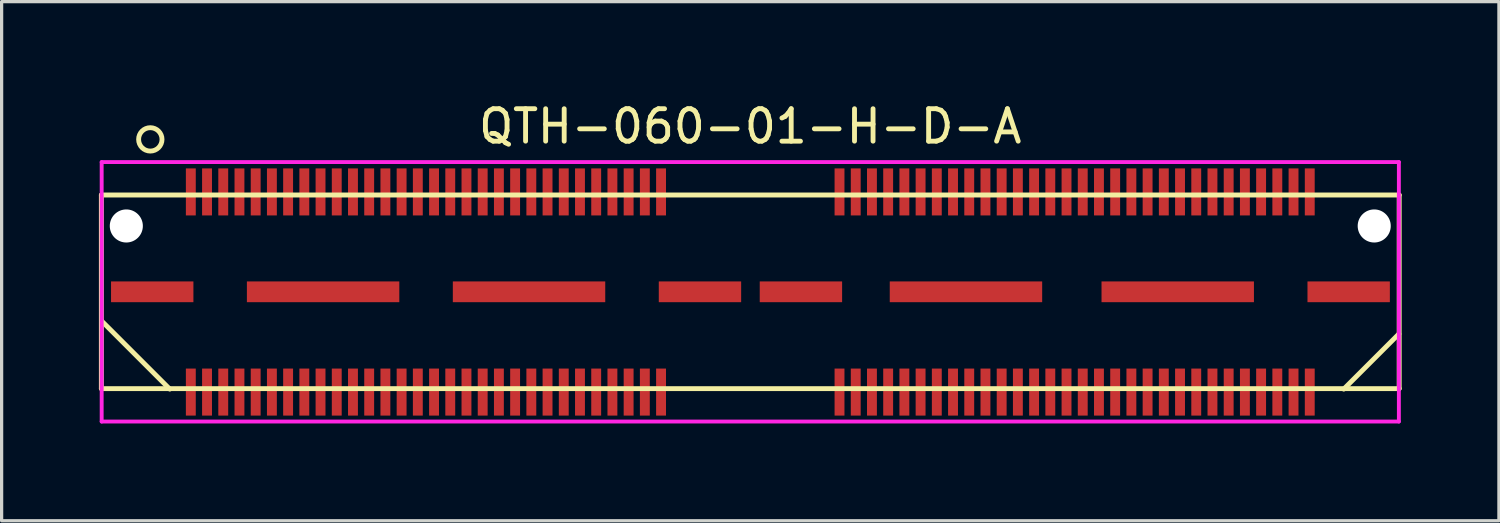
<source format=kicad_pcb>
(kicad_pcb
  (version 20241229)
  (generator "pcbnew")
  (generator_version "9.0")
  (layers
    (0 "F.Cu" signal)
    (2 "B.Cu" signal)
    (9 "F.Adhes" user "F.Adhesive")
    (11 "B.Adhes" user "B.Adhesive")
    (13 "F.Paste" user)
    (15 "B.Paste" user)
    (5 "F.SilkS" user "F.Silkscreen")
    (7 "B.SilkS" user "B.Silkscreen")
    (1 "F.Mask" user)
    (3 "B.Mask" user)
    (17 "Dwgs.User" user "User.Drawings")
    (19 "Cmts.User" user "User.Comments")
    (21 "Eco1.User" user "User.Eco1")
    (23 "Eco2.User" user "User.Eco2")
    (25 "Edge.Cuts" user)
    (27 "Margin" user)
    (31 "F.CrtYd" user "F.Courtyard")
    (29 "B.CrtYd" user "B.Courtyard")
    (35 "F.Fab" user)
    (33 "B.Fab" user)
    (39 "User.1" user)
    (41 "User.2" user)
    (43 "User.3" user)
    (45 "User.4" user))
  (footprint "QTH-060-01-H-D-A"
    (layer "F.Cu")
    (at 20.085 5.948)
    (property "Reference" "QTH-060-01-H-D-A" (at 0 -5.1 0) (layer "F.SilkS") (effects (font (size 1 1) (thickness 0.15))))
    (attr smd)
    (fp_line (start -20.01 -2.985) (end -20.01 2.985) (stroke (width 0.15) (type solid)) (layer "F.SilkS"))
    (fp_line (start -20.01 2.985) (end 20.01 2.985) (stroke (width 0.15) (type solid)) (layer "F.SilkS"))
    (fp_line (start -20 0.9) (end -17.9 3) (stroke (width 0.15) (type solid)) (layer "F.SilkS"))
    (fp_line (start 20 1.3) (end 18.3 3) (stroke (width 0.15) (type solid)) (layer "F.SilkS"))
    (fp_line (start 20.01 -2.985) (end -20.01 -2.985) (stroke (width 0.15) (type solid)) (layer "F.SilkS"))
    (fp_line (start 20.01 2.985) (end 20.01 -2.985) (stroke (width 0.15) (type solid)) (layer "F.SilkS"))
    (fp_circle (center -18.5 -4.7) (end -18.3 -4.4) (stroke (width 0.15) (type solid)) (fill no) (layer "F.SilkS"))
    (fp_line (start -20 -4) (end 20 -4) (stroke (width 0.12) (type solid)) (layer "F.CrtYd"))
    (fp_line (start -20 4) (end -20 -4) (stroke (width 0.12) (type solid)) (layer "F.CrtYd"))
    (fp_line (start 20 -4) (end 20 4) (stroke (width 0.12) (type solid)) (layer "F.CrtYd"))
    (fp_line (start 20 4) (end -20 4) (stroke (width 0.12) (type solid)) (layer "F.CrtYd"))
    (pad "" np_thru_hole circle (at -19.24 -2.03) (size 1.02 1.02) (drill 1.02) (layers "*.Cu" "*.Mask"))
    (pad "" np_thru_hole circle (at 19.24 -2.03) (size 1.02 1.02) (drill 1.02) (layers "*.Cu" "*.Mask"))
    (pad "1" smd rect (at -17.251 -3.08) (size 0.305 1.45) (layers "F.Cu" "F.Mask" "F.Paste"))
    (pad "2" smd rect (at -17.251 3.092) (size 0.305 1.45) (layers "F.Cu" "F.Mask" "F.Paste"))
    (pad "3" smd rect (at -16.751 -3.08) (size 0.305 1.45) (layers "F.Cu" "F.Mask" "F.Paste"))
    (pad "4" smd rect (at -16.751 3.092) (size 0.305 1.45) (layers "F.Cu" "F.Mask" "F.Paste"))
    (pad "5" smd rect (at -16.251 -3.08) (size 0.305 1.45) (layers "F.Cu" "F.Mask" "F.Paste"))
    (pad "6" smd rect (at -16.251 3.092) (size 0.305 1.45) (layers "F.Cu" "F.Mask" "F.Paste"))
    (pad "7" smd rect (at -15.751 -3.08) (size 0.305 1.45) (layers "F.Cu" "F.Mask" "F.Paste"))
    (pad "8" smd rect (at -15.751 3.092) (size 0.305 1.45) (layers "F.Cu" "F.Mask" "F.Paste"))
    (pad "9" smd rect (at -15.251 -3.08) (size 0.305 1.45) (layers "F.Cu" "F.Mask" "F.Paste"))
    (pad "10" smd rect (at -15.251 3.092) (size 0.305 1.45) (layers "F.Cu" "F.Mask" "F.Paste"))
    (pad "11" smd rect (at -14.751 -3.08) (size 0.305 1.45) (layers "F.Cu" "F.Mask" "F.Paste"))
    (pad "12" smd rect (at -14.751 3.092) (size 0.305 1.45) (layers "F.Cu" "F.Mask" "F.Paste"))
    (pad "13" smd rect (at -14.251 -3.08) (size 0.305 1.45) (layers "F.Cu" "F.Mask" "F.Paste"))
    (pad "14" smd rect (at -14.251 3.092) (size 0.305 1.45) (layers "F.Cu" "F.Mask" "F.Paste"))
    (pad "15" smd rect (at -13.751 -3.08) (size 0.305 1.45) (layers "F.Cu" "F.Mask" "F.Paste"))
    (pad "16" smd rect (at -13.751 3.092) (size 0.305 1.45) (layers "F.Cu" "F.Mask" "F.Paste"))
    (pad "17" smd rect (at -13.251 -3.08) (size 0.305 1.45) (layers "F.Cu" "F.Mask" "F.Paste"))
    (pad "18" smd rect (at -13.251 3.092) (size 0.305 1.45) (layers "F.Cu" "F.Mask" "F.Paste"))
    (pad "19" smd rect (at -12.751 -3.08) (size 0.305 1.45) (layers "F.Cu" "F.Mask" "F.Paste"))
    (pad "20" smd rect (at -12.751 3.092) (size 0.305 1.45) (layers "F.Cu" "F.Mask" "F.Paste"))
    (pad "21" smd rect (at -12.251 -3.08) (size 0.305 1.45) (layers "F.Cu" "F.Mask" "F.Paste"))
    (pad "22" smd rect (at -12.251 3.092) (size 0.305 1.45) (layers "F.Cu" "F.Mask" "F.Paste"))
    (pad "23" smd rect (at -11.751 -3.08) (size 0.305 1.45) (layers "F.Cu" "F.Mask" "F.Paste"))
    (pad "24" smd rect (at -11.751 3.092) (size 0.305 1.45) (layers "F.Cu" "F.Mask" "F.Paste"))
    (pad "25" smd rect (at -11.251 -3.08) (size 0.305 1.45) (layers "F.Cu" "F.Mask" "F.Paste"))
    (pad "26" smd rect (at -11.251 3.092) (size 0.305 1.45) (layers "F.Cu" "F.Mask" "F.Paste"))
    (pad "27" smd rect (at -10.751 -3.08) (size 0.305 1.45) (layers "F.Cu" "F.Mask" "F.Paste"))
    (pad "28" smd rect (at -10.751 3.092) (size 0.305 1.45) (layers "F.Cu" "F.Mask" "F.Paste"))
    (pad "29" smd rect (at -10.251 -3.08) (size 0.305 1.45) (layers "F.Cu" "F.Mask" "F.Paste"))
    (pad "30" smd rect (at -10.251 3.092) (size 0.305 1.45) (layers "F.Cu" "F.Mask" "F.Paste"))
    (pad "31" smd rect (at -9.751 -3.08) (size 0.305 1.45) (layers "F.Cu" "F.Mask" "F.Paste"))
    (pad "32" smd rect (at -9.751 3.092) (size 0.305 1.45) (layers "F.Cu" "F.Mask" "F.Paste"))
    (pad "33" smd rect (at -9.251 -3.08) (size 0.305 1.45) (layers "F.Cu" "F.Mask" "F.Paste"))
    (pad "34" smd rect (at -9.251 3.092) (size 0.305 1.45) (layers "F.Cu" "F.Mask" "F.Paste"))
    (pad "35" smd rect (at -8.751 -3.08) (size 0.305 1.45) (layers "F.Cu" "F.Mask" "F.Paste"))
    (pad "36" smd rect (at -8.751 3.092) (size 0.305 1.45) (layers "F.Cu" "F.Mask" "F.Paste"))
    (pad "37" smd rect (at -8.251 -3.08) (size 0.305 1.45) (layers "F.Cu" "F.Mask" "F.Paste"))
    (pad "38" smd rect (at -8.251 3.092) (size 0.305 1.45) (layers "F.Cu" "F.Mask" "F.Paste"))
    (pad "39" smd rect (at -7.751 -3.08) (size 0.305 1.45) (layers "F.Cu" "F.Mask" "F.Paste"))
    (pad "40" smd rect (at -7.751 3.092) (size 0.305 1.45) (layers "F.Cu" "F.Mask" "F.Paste"))
    (pad "41" smd rect (at -7.251 -3.08) (size 0.305 1.45) (layers "F.Cu" "F.Mask" "F.Paste"))
    (pad "42" smd rect (at -7.251 3.092) (size 0.305 1.45) (layers "F.Cu" "F.Mask" "F.Paste"))
    (pad "43" smd rect (at -6.751 -3.08) (size 0.305 1.45) (layers "F.Cu" "F.Mask" "F.Paste"))
    (pad "44" smd rect (at -6.751 3.092) (size 0.305 1.45) (layers "F.Cu" "F.Mask" "F.Paste"))
    (pad "45" smd rect (at -6.251 -3.08) (size 0.305 1.45) (layers "F.Cu" "F.Mask" "F.Paste"))
    (pad "46" smd rect (at -6.251 3.092) (size 0.305 1.45) (layers "F.Cu" "F.Mask" "F.Paste"))
    (pad "47" smd rect (at -5.751 -3.08) (size 0.305 1.45) (layers "F.Cu" "F.Mask" "F.Paste"))
    (pad "48" smd rect (at -5.751 3.092) (size 0.305 1.45) (layers "F.Cu" "F.Mask" "F.Paste"))
    (pad "49" smd rect (at -5.251 -3.08) (size 0.305 1.45) (layers "F.Cu" "F.Mask" "F.Paste"))
    (pad "50" smd rect (at -5.251 3.092) (size 0.305 1.45) (layers "F.Cu" "F.Mask" "F.Paste"))
    (pad "51" smd rect (at -4.751 -3.08) (size 0.305 1.45) (layers "F.Cu" "F.Mask" "F.Paste"))
    (pad "52" smd rect (at -4.751 3.092) (size 0.305 1.45) (layers "F.Cu" "F.Mask" "F.Paste"))
    (pad "53" smd rect (at -4.251 -3.08) (size 0.305 1.45) (layers "F.Cu" "F.Mask" "F.Paste"))
    (pad "54" smd rect (at -4.251 3.092) (size 0.305 1.45) (layers "F.Cu" "F.Mask" "F.Paste"))
    (pad "55" smd rect (at -3.751 -3.08) (size 0.305 1.45) (layers "F.Cu" "F.Mask" "F.Paste"))
    (pad "56" smd rect (at -3.751 3.092) (size 0.305 1.45) (layers "F.Cu" "F.Mask" "F.Paste"))
    (pad "57" smd rect (at -3.251 -3.08) (size 0.305 1.45) (layers "F.Cu" "F.Mask" "F.Paste"))
    (pad "58" smd rect (at -3.251 3.092) (size 0.305 1.45) (layers "F.Cu" "F.Mask" "F.Paste"))
    (pad "59" smd rect (at -2.751 -3.08) (size 0.305 1.45) (layers "F.Cu" "F.Mask" "F.Paste"))
    (pad "60" smd rect (at -2.751 3.092) (size 0.305 1.45) (layers "F.Cu" "F.Mask" "F.Paste"))
    (pad "61" smd rect (at 2.752 -3.08) (size 0.305 1.45) (layers "F.Cu" "F.Mask" "F.Paste"))
    (pad "62" smd rect (at 2.752 3.092) (size 0.305 1.45) (layers "F.Cu" "F.Mask" "F.Paste"))
    (pad "63" smd rect (at 3.252 -3.08) (size 0.305 1.45) (layers "F.Cu" "F.Mask" "F.Paste"))
    (pad "64" smd rect (at 3.252 3.092) (size 0.305 1.45) (layers "F.Cu" "F.Mask" "F.Paste"))
    (pad "65" smd rect (at 3.752 -3.08) (size 0.305 1.45) (layers "F.Cu" "F.Mask" "F.Paste"))
    (pad "66" smd rect (at 3.752 3.092) (size 0.305 1.45) (layers "F.Cu" "F.Mask" "F.Paste"))
    (pad "67" smd rect (at 4.252 -3.08) (size 0.305 1.45) (layers "F.Cu" "F.Mask" "F.Paste"))
    (pad "68" smd rect (at 4.252 3.092) (size 0.305 1.45) (layers "F.Cu" "F.Mask" "F.Paste"))
    (pad "69" smd rect (at 4.752 -3.08) (size 0.305 1.45) (layers "F.Cu" "F.Mask" "F.Paste"))
    (pad "70" smd rect (at 4.752 3.092) (size 0.305 1.45) (layers "F.Cu" "F.Mask" "F.Paste"))
    (pad "71" smd rect (at 5.252 -3.08) (size 0.305 1.45) (layers "F.Cu" "F.Mask" "F.Paste"))
    (pad "72" smd rect (at 5.252 3.092) (size 0.305 1.45) (layers "F.Cu" "F.Mask" "F.Paste"))
    (pad "73" smd rect (at 5.752 -3.08) (size 0.305 1.45) (layers "F.Cu" "F.Mask" "F.Paste"))
    (pad "74" smd rect (at 5.752 3.092) (size 0.305 1.45) (layers "F.Cu" "F.Mask" "F.Paste"))
    (pad "75" smd rect (at 6.252 -3.08) (size 0.305 1.45) (layers "F.Cu" "F.Mask" "F.Paste"))
    (pad "76" smd rect (at 6.252 3.092) (size 0.305 1.45) (layers "F.Cu" "F.Mask" "F.Paste"))
    (pad "77" smd rect (at 6.752 -3.08) (size 0.305 1.45) (layers "F.Cu" "F.Mask" "F.Paste"))
    (pad "78" smd rect (at 6.752 3.092) (size 0.305 1.45) (layers "F.Cu" "F.Mask" "F.Paste"))
    (pad "79" smd rect (at 7.252 -3.08) (size 0.305 1.45) (layers "F.Cu" "F.Mask" "F.Paste"))
    (pad "80" smd rect (at 7.252 3.092) (size 0.305 1.45) (layers "F.Cu" "F.Mask" "F.Paste"))
    (pad "81" smd rect (at 7.752 -3.08) (size 0.305 1.45) (layers "F.Cu" "F.Mask" "F.Paste"))
    (pad "82" smd rect (at 7.752 3.092) (size 0.305 1.45) (layers "F.Cu" "F.Mask" "F.Paste"))
    (pad "83" smd rect (at 8.252 -3.08) (size 0.305 1.45) (layers "F.Cu" "F.Mask" "F.Paste"))
    (pad "84" smd rect (at 8.252 3.092) (size 0.305 1.45) (layers "F.Cu" "F.Mask" "F.Paste"))
    (pad "85" smd rect (at 8.752 -3.08) (size 0.305 1.45) (layers "F.Cu" "F.Mask" "F.Paste"))
    (pad "86" smd rect (at 8.752 3.092) (size 0.305 1.45) (layers "F.Cu" "F.Mask" "F.Paste"))
    (pad "87" smd rect (at 9.252 -3.08) (size 0.305 1.45) (layers "F.Cu" "F.Mask" "F.Paste"))
    (pad "88" smd rect (at 9.252 3.092) (size 0.305 1.45) (layers "F.Cu" "F.Mask" "F.Paste"))
    (pad "89" smd rect (at 9.752 -3.08) (size 0.305 1.45) (layers "F.Cu" "F.Mask" "F.Paste"))
    (pad "90" smd rect (at 9.752 3.092) (size 0.305 1.45) (layers "F.Cu" "F.Mask" "F.Paste"))
    (pad "91" smd rect (at 10.252 -3.08) (size 0.305 1.45) (layers "F.Cu" "F.Mask" "F.Paste"))
    (pad "92" smd rect (at 10.252 3.092) (size 0.305 1.45) (layers "F.Cu" "F.Mask" "F.Paste"))
    (pad "93" smd rect (at 10.752 -3.08) (size 0.305 1.45) (layers "F.Cu" "F.Mask" "F.Paste"))
    (pad "94" smd rect (at 10.752 3.092) (size 0.305 1.45) (layers "F.Cu" "F.Mask" "F.Paste"))
    (pad "95" smd rect (at 11.252 -3.08) (size 0.305 1.45) (layers "F.Cu" "F.Mask" "F.Paste"))
    (pad "96" smd rect (at 11.252 3.092) (size 0.305 1.45) (layers "F.Cu" "F.Mask" "F.Paste"))
    (pad "97" smd rect (at 11.752 -3.08) (size 0.305 1.45) (layers "F.Cu" "F.Mask" "F.Paste"))
    (pad "98" smd rect (at 11.752 3.092) (size 0.305 1.45) (layers "F.Cu" "F.Mask" "F.Paste"))
    (pad "99" smd rect (at 12.252 -3.08) (size 0.305 1.45) (layers "F.Cu" "F.Mask" "F.Paste"))
    (pad "100" smd rect (at 12.252 3.092) (size 0.305 1.45) (layers "F.Cu" "F.Mask" "F.Paste"))
    (pad "101" smd rect (at 12.752 -3.08) (size 0.305 1.45) (layers "F.Cu" "F.Mask" "F.Paste"))
    (pad "102" smd rect (at 12.752 3.092) (size 0.305 1.45) (layers "F.Cu" "F.Mask" "F.Paste"))
    (pad "103" smd rect (at 13.252 -3.08) (size 0.305 1.45) (layers "F.Cu" "F.Mask" "F.Paste"))
    (pad "104" smd rect (at 13.252 3.092) (size 0.305 1.45) (layers "F.Cu" "F.Mask" "F.Paste"))
    (pad "105" smd rect (at 13.752 -3.08) (size 0.305 1.45) (layers "F.Cu" "F.Mask" "F.Paste"))
    (pad "106" smd rect (at 13.752 3.092) (size 0.305 1.45) (layers "F.Cu" "F.Mask" "F.Paste"))
    (pad "107" smd rect (at 14.252 -3.08) (size 0.305 1.45) (layers "F.Cu" "F.Mask" "F.Paste"))
    (pad "108" smd rect (at 14.252 3.092) (size 0.305 1.45) (layers "F.Cu" "F.Mask" "F.Paste"))
    (pad "109" smd rect (at 14.752 -3.08) (size 0.305 1.45) (layers "F.Cu" "F.Mask" "F.Paste"))
    (pad "110" smd rect (at 14.752 3.092) (size 0.305 1.45) (layers "F.Cu" "F.Mask" "F.Paste"))
    (pad "111" smd rect (at 15.252 -3.08) (size 0.305 1.45) (layers "F.Cu" "F.Mask" "F.Paste"))
    (pad "112" smd rect (at 15.252 3.092) (size 0.305 1.45) (layers "F.Cu" "F.Mask" "F.Paste"))
    (pad "113" smd rect (at 15.752 -3.08) (size 0.305 1.45) (layers "F.Cu" "F.Mask" "F.Paste"))
    (pad "114" smd rect (at 15.752 3.092) (size 0.305 1.45) (layers "F.Cu" "F.Mask" "F.Paste"))
    (pad "115" smd rect (at 16.252 -3.08) (size 0.305 1.45) (layers "F.Cu" "F.Mask" "F.Paste"))
    (pad "116" smd rect (at 16.252 3.092) (size 0.305 1.45) (layers "F.Cu" "F.Mask" "F.Paste"))
    (pad "117" smd rect (at 16.752 -3.08) (size 0.305 1.45) (layers "F.Cu" "F.Mask" "F.Paste"))
    (pad "118" smd rect (at 16.752 3.092) (size 0.305 1.45) (layers "F.Cu" "F.Mask" "F.Paste"))
    (pad "119" smd rect (at 17.252 -3.08) (size 0.305 1.45) (layers "F.Cu" "F.Mask" "F.Paste"))
    (pad "120" smd rect (at 17.252 3.092) (size 0.305 1.45) (layers "F.Cu" "F.Mask" "F.Paste"))
    (pad "121" smd rect (at -18.441 0) (size 2.54 0.64) (layers "F.Cu" "F.Mask" "F.Paste"))
    (pad "121" smd rect (at -13.172 0) (size 4.7 0.64) (layers "F.Cu" "F.Mask" "F.Paste"))
    (pad "121" smd rect (at -6.822 0) (size 4.7 0.64) (layers "F.Cu" "F.Mask" "F.Paste"))
    (pad "121" smd rect (at -1.551 0) (size 2.54 0.64) (layers "F.Cu" "F.Mask" "F.Paste"))
    (pad "121" smd rect (at 1.562 0) (size 2.54 0.64) (layers "F.Cu" "F.Mask" "F.Paste"))
    (pad "121" smd rect (at 6.651 0) (size 4.7 0.64) (layers "F.Cu" "F.Mask" "F.Paste"))
    (pad "121" smd rect (at 13.181 0) (size 4.7 0.64) (layers "F.Cu" "F.Mask" "F.Paste"))
    (pad "121" smd rect (at 18.452 0) (size 2.54 0.64) (layers "F.Cu" "F.Mask" "F.Paste")))
  (gr_rect
    (start -3 -3)
    (end 43.17 13.008)
    (stroke (width 0.1) (type default))
    (fill no)
    (layer "Edge.Cuts")))
</source>
